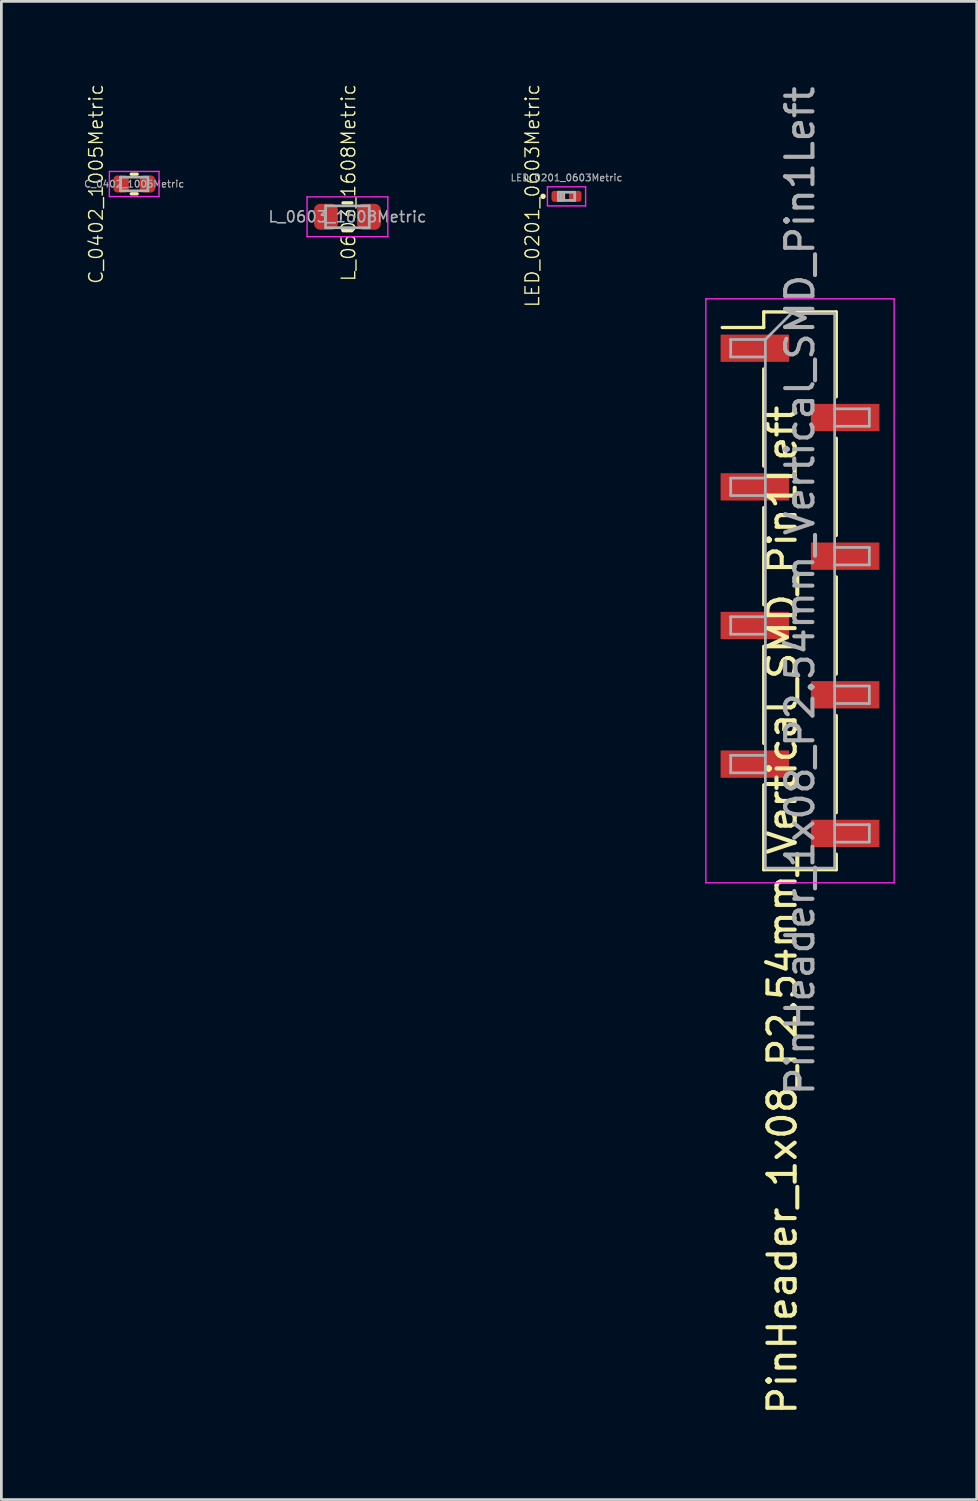
<source format=kicad_pcb>
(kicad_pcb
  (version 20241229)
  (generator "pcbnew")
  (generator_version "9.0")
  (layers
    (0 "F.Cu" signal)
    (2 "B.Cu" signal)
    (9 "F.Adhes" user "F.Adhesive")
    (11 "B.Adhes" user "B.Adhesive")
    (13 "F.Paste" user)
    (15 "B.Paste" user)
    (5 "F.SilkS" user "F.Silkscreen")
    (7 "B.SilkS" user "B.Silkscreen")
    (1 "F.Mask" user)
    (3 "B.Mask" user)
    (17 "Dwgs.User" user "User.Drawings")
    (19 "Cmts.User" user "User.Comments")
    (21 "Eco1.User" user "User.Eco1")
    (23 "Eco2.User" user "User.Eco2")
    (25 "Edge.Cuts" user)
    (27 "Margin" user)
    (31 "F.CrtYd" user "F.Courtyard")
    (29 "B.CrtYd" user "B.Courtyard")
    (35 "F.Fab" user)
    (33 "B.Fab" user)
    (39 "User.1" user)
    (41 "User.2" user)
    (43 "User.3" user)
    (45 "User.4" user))
  (footprint "LED_0201_0603Metric"
    (layer "F.Cu")
    (at 17.71 4.145)
    (property "Reference" "LED_0201_0603Metric" (at -1.251 -0.025 90) (layer "F.SilkS") (effects (font (size 0.5 0.5) (thickness 0.05))))
    (attr smd exclude_from_bom)
    (fp_circle (center -0.86 0) (end -0.81 0) (stroke (width 0.1) (type solid)) (fill no) (layer "F.SilkS"))
    (fp_line (start -0.7 -0.35) (end 0.7 -0.35) (stroke (width 0.05) (type solid)) (layer "F.CrtYd"))
    (fp_line (start -0.7 0.35) (end -0.7 -0.35) (stroke (width 0.05) (type solid)) (layer "F.CrtYd"))
    (fp_line (start 0.7 -0.35) (end 0.7 0.35) (stroke (width 0.05) (type solid)) (layer "F.CrtYd"))
    (fp_line (start 0.7 0.35) (end -0.7 0.35) (stroke (width 0.05) (type solid)) (layer "F.CrtYd"))
    (fp_line (start -0.3 -0.15) (end 0.3 -0.15) (stroke (width 0.1) (type solid)) (layer "F.Fab"))
    (fp_line (start -0.3 0.15) (end -0.3 -0.15) (stroke (width 0.1) (type solid)) (layer "F.Fab"))
    (fp_line (start -0.2 0.15) (end -0.2 -0.15) (stroke (width 0.1) (type solid)) (layer "F.Fab"))
    (fp_line (start -0.1 0.15) (end -0.1 -0.15) (stroke (width 0.1) (type solid)) (layer "F.Fab"))
    (fp_line (start 0.3 -0.15) (end 0.3 0.15) (stroke (width 0.1) (type solid)) (layer "F.Fab"))
    (fp_line (start 0.3 0.15) (end -0.3 0.15) (stroke (width 0.1) (type solid)) (layer "F.Fab"))
    (fp_text user "${REFERENCE}" (at 0 -0.68 180) (layer "F.Fab") (effects (font (size 0.25 0.25) (thickness 0.04))))
    (pad "" smd roundrect (at -0.345 0) (size 0.318 0.36) (layers "F.Paste") (roundrect_rratio 0.25))
    (pad "" smd roundrect (at 0.345 0) (size 0.318 0.36) (layers "F.Paste") (roundrect_rratio 0.25))
    (pad "1" smd roundrect (at -0.32 0) (size 0.46 0.4) (layers "F.Cu" "F.Mask") (roundrect_rratio 0.25))
    (pad "2" smd roundrect (at 0.32 0) (size 0.46 0.4) (layers "F.Cu" "F.Mask") (roundrect_rratio 0.25)))
  (footprint "L_0603_1608Metric"
    (layer "F.Cu")
    (at 9.682 4.894)
    (property "Reference" "L_0603_1608Metric" (at 0.037 -1.25 270) (layer "F.SilkS") (effects (font (size 0.5 0.5) (thickness 0.05))))
    (attr smd)
    (fp_line (start -0.163 -0.51) (end 0.163 -0.51) (stroke (width 0.12) (type solid)) (layer "F.SilkS"))
    (fp_line (start -0.163 0.51) (end 0.163 0.51) (stroke (width 0.12) (type solid)) (layer "F.SilkS"))
    (fp_line (start -1.48 -0.73) (end 1.48 -0.73) (stroke (width 0.05) (type solid)) (layer "F.CrtYd"))
    (fp_line (start -1.48 0.73) (end -1.48 -0.73) (stroke (width 0.05) (type solid)) (layer "F.CrtYd"))
    (fp_line (start 1.48 -0.73) (end 1.48 0.73) (stroke (width 0.05) (type solid)) (layer "F.CrtYd"))
    (fp_line (start 1.48 0.73) (end -1.48 0.73) (stroke (width 0.05) (type solid)) (layer "F.CrtYd"))
    (fp_line (start -0.8 -0.4) (end 0.8 -0.4) (stroke (width 0.1) (type solid)) (layer "F.Fab"))
    (fp_line (start -0.8 0.4) (end -0.8 -0.4) (stroke (width 0.1) (type solid)) (layer "F.Fab"))
    (fp_line (start 0.8 -0.4) (end 0.8 0.4) (stroke (width 0.1) (type solid)) (layer "F.Fab"))
    (fp_line (start 0.8 0.4) (end -0.8 0.4) (stroke (width 0.1) (type solid)) (layer "F.Fab"))
    (fp_text user "${REFERENCE}" (at 0 0 180) (layer "F.Fab") (effects (font (size 0.4 0.4) (thickness 0.06))))
    (pad "1" smd roundrect (at -0.787 0) (size 0.875 0.95) (layers "F.Cu" "F.Mask" "F.Paste") (roundrect_rratio 0.25))
    (pad "2" smd roundrect (at 0.787 0) (size 0.875 0.95) (layers "F.Cu" "F.Mask" "F.Paste") (roundrect_rratio 0.25)))
  (footprint "PinHeader_1x08_P2.54mm_Vertical_SMD_Pin1Left"
    (layer "F.Cu")
    (at 26.267 18.601)
    (property "Reference" "PinHeader_1x08_P2.54mm_Vertical_SMD_Pin1Left" (at -0.65 11.7 90) (unlocked yes) (layer "F.SilkS") (effects (font (size 1 1) (thickness 0.15))))
    (attr smd)
    (fp_line (start -1.33 -10.22) (end -1.33 -9.65) (stroke (width 0.12) (type solid)) (layer "F.SilkS"))
    (fp_line (start -1.33 -10.22) (end 1.33 -10.22) (stroke (width 0.12) (type solid)) (layer "F.SilkS"))
    (fp_line (start -1.33 -9.65) (end -2.85 -9.65) (stroke (width 0.12) (type solid)) (layer "F.SilkS"))
    (fp_line (start -1.33 -8.13) (end -1.33 -4.57) (stroke (width 0.12) (type solid)) (layer "F.SilkS"))
    (fp_line (start -1.33 -3.05) (end -1.33 0.51) (stroke (width 0.12) (type solid)) (layer "F.SilkS"))
    (fp_line (start -1.33 2.03) (end -1.33 5.59) (stroke (width 0.12) (type solid)) (layer "F.SilkS"))
    (fp_line (start -1.33 7.11) (end -1.33 10.22) (stroke (width 0.12) (type solid)) (layer "F.SilkS"))
    (fp_line (start -1.33 10.22) (end 1.33 10.22) (stroke (width 0.12) (type solid)) (layer "F.SilkS"))
    (fp_line (start 1.33 -10.22) (end 1.33 -7.11) (stroke (width 0.12) (type solid)) (layer "F.SilkS"))
    (fp_line (start 1.33 -5.59) (end 1.33 -2.03) (stroke (width 0.12) (type solid)) (layer "F.SilkS"))
    (fp_line (start 1.33 -0.51) (end 1.33 3.05) (stroke (width 0.12) (type solid)) (layer "F.SilkS"))
    (fp_line (start 1.33 4.57) (end 1.33 8.13) (stroke (width 0.12) (type solid)) (layer "F.SilkS"))
    (fp_line (start 1.33 9.65) (end 1.33 10.22) (stroke (width 0.12) (type solid)) (layer "F.SilkS"))
    (fp_line (start -3.45 -10.7) (end -3.45 10.7) (stroke (width 0.05) (type solid)) (layer "F.CrtYd"))
    (fp_line (start -3.45 10.7) (end 3.45 10.7) (stroke (width 0.05) (type solid)) (layer "F.CrtYd"))
    (fp_line (start 3.45 -10.7) (end -3.45 -10.7) (stroke (width 0.05) (type solid)) (layer "F.CrtYd"))
    (fp_line (start 3.45 10.7) (end 3.45 -10.7) (stroke (width 0.05) (type solid)) (layer "F.CrtYd"))
    (fp_line (start -2.54 -9.21) (end -2.54 -8.57) (stroke (width 0.1) (type solid)) (layer "F.Fab"))
    (fp_line (start -2.54 -8.57) (end -1.27 -8.57) (stroke (width 0.1) (type solid)) (layer "F.Fab"))
    (fp_line (start -2.54 -4.13) (end -2.54 -3.49) (stroke (width 0.1) (type solid)) (layer "F.Fab"))
    (fp_line (start -2.54 -3.49) (end -1.27 -3.49) (stroke (width 0.1) (type solid)) (layer "F.Fab"))
    (fp_line (start -2.54 0.95) (end -2.54 1.59) (stroke (width 0.1) (type solid)) (layer "F.Fab"))
    (fp_line (start -2.54 1.59) (end -1.27 1.59) (stroke (width 0.1) (type solid)) (layer "F.Fab"))
    (fp_line (start -2.54 6.03) (end -2.54 6.67) (stroke (width 0.1) (type solid)) (layer "F.Fab"))
    (fp_line (start -2.54 6.67) (end -1.27 6.67) (stroke (width 0.1) (type solid)) (layer "F.Fab"))
    (fp_line (start -1.27 -9.21) (end -2.54 -9.21) (stroke (width 0.1) (type solid)) (layer "F.Fab"))
    (fp_line (start -1.27 -9.21) (end -0.32 -10.16) (stroke (width 0.1) (type solid)) (layer "F.Fab"))
    (fp_line (start -1.27 -4.13) (end -2.54 -4.13) (stroke (width 0.1) (type solid)) (layer "F.Fab"))
    (fp_line (start -1.27 0.95) (end -2.54 0.95) (stroke (width 0.1) (type solid)) (layer "F.Fab"))
    (fp_line (start -1.27 6.03) (end -2.54 6.03) (stroke (width 0.1) (type solid)) (layer "F.Fab"))
    (fp_line (start -1.27 10.16) (end -1.27 -9.21) (stroke (width 0.1) (type solid)) (layer "F.Fab"))
    (fp_line (start -0.32 -10.16) (end 1.27 -10.16) (stroke (width 0.1) (type solid)) (layer "F.Fab"))
    (fp_line (start 1.27 -10.16) (end 1.27 10.16) (stroke (width 0.1) (type solid)) (layer "F.Fab"))
    (fp_line (start 1.27 -6.67) (end 2.54 -6.67) (stroke (width 0.1) (type solid)) (layer "F.Fab"))
    (fp_line (start 1.27 -1.59) (end 2.54 -1.59) (stroke (width 0.1) (type solid)) (layer "F.Fab"))
    (fp_line (start 1.27 3.49) (end 2.54 3.49) (stroke (width 0.1) (type solid)) (layer "F.Fab"))
    (fp_line (start 1.27 8.57) (end 2.54 8.57) (stroke (width 0.1) (type solid)) (layer "F.Fab"))
    (fp_line (start 1.27 10.16) (end -1.27 10.16) (stroke (width 0.1) (type solid)) (layer "F.Fab"))
    (fp_line (start 2.54 -6.67) (end 2.54 -6.03) (stroke (width 0.1) (type solid)) (layer "F.Fab"))
    (fp_line (start 2.54 -6.03) (end 1.27 -6.03) (stroke (width 0.1) (type solid)) (layer "F.Fab"))
    (fp_line (start 2.54 -1.59) (end 2.54 -0.95) (stroke (width 0.1) (type solid)) (layer "F.Fab"))
    (fp_line (start 2.54 -0.95) (end 1.27 -0.95) (stroke (width 0.1) (type solid)) (layer "F.Fab"))
    (fp_line (start 2.54 3.49) (end 2.54 4.13) (stroke (width 0.1) (type solid)) (layer "F.Fab"))
    (fp_line (start 2.54 4.13) (end 1.27 4.13) (stroke (width 0.1) (type solid)) (layer "F.Fab"))
    (fp_line (start 2.54 8.57) (end 2.54 9.21) (stroke (width 0.1) (type solid)) (layer "F.Fab"))
    (fp_line (start 2.54 9.21) (end 1.27 9.21) (stroke (width 0.1) (type solid)) (layer "F.Fab"))
    (fp_text user "${REFERENCE}" (at 0 0 90) (layer "F.Fab") (effects (font (size 1 1) (thickness 0.15))))
    (pad "1" smd rect (at -1.655 -8.89 180) (size 2.51 1) (layers "F.Cu" "F.Mask" "F.Paste"))
    (pad "2" smd rect (at 1.655 -6.35 180) (size 2.51 1) (layers "F.Cu" "F.Mask" "F.Paste"))
    (pad "3" smd rect (at -1.655 -3.81 180) (size 2.51 1) (layers "F.Cu" "F.Mask" "F.Paste"))
    (pad "4" smd rect (at 1.655 -1.27 180) (size 2.51 1) (layers "F.Cu" "F.Mask" "F.Paste"))
    (pad "5" smd rect (at -1.655 1.27 180) (size 2.51 1) (layers "F.Cu" "F.Mask" "F.Paste"))
    (pad "6" smd rect (at 1.655 3.81 180) (size 2.51 1) (layers "F.Cu" "F.Mask" "F.Paste"))
    (pad "7" smd rect (at -1.655 6.35 180) (size 2.51 1) (layers "F.Cu" "F.Mask" "F.Paste"))
    (pad "8" smd rect (at 1.655 8.89 180) (size 2.51 1) (layers "F.Cu" "F.Mask" "F.Paste")))
  (footprint "C_0402_1005Metric"
    (layer "F.Cu")
    (at 1.868 3.692)
    (property "Reference" "C_0402_1005Metric" (at -1.4 0 90) (layer "F.SilkS") (effects (font (size 0.5 0.5) (thickness 0.05))))
    (attr smd)
    (fp_line (start -0.108 -0.36) (end 0.108 -0.36) (stroke (width 0.12) (type solid)) (layer "F.SilkS"))
    (fp_line (start -0.108 0.36) (end 0.108 0.36) (stroke (width 0.12) (type solid)) (layer "F.SilkS"))
    (fp_line (start -0.91 -0.46) (end 0.91 -0.46) (stroke (width 0.05) (type solid)) (layer "F.CrtYd"))
    (fp_line (start -0.91 0.46) (end -0.91 -0.46) (stroke (width 0.05) (type solid)) (layer "F.CrtYd"))
    (fp_line (start 0.91 -0.46) (end 0.91 0.46) (stroke (width 0.05) (type solid)) (layer "F.CrtYd"))
    (fp_line (start 0.91 0.46) (end -0.91 0.46) (stroke (width 0.05) (type solid)) (layer "F.CrtYd"))
    (fp_line (start -0.5 -0.25) (end 0.5 -0.25) (stroke (width 0.1) (type solid)) (layer "F.Fab"))
    (fp_line (start -0.5 0.25) (end -0.5 -0.25) (stroke (width 0.1) (type solid)) (layer "F.Fab"))
    (fp_line (start 0.5 -0.25) (end 0.5 0.25) (stroke (width 0.1) (type solid)) (layer "F.Fab"))
    (fp_line (start 0.5 0.25) (end -0.5 0.25) (stroke (width 0.1) (type solid)) (layer "F.Fab"))
    (fp_text user "${REFERENCE}" (at 0 0 180) (layer "F.Fab") (effects (font (size 0.25 0.25) (thickness 0.04))))
    (pad "1" smd roundrect (at -0.48 0) (size 0.56 0.62) (layers "F.Cu" "F.Mask" "F.Paste") (roundrect_rratio 0.25))
    (pad "2" smd roundrect (at 0.48 0) (size 0.56 0.62) (layers "F.Cu" "F.Mask" "F.Paste") (roundrect_rratio 0.25)))
  (gr_rect
    (start -3 -3)
    (end 32.742 51.902)
    (stroke (width 0.1) (type default))
    (fill no)
    (layer "Edge.Cuts")))
</source>
